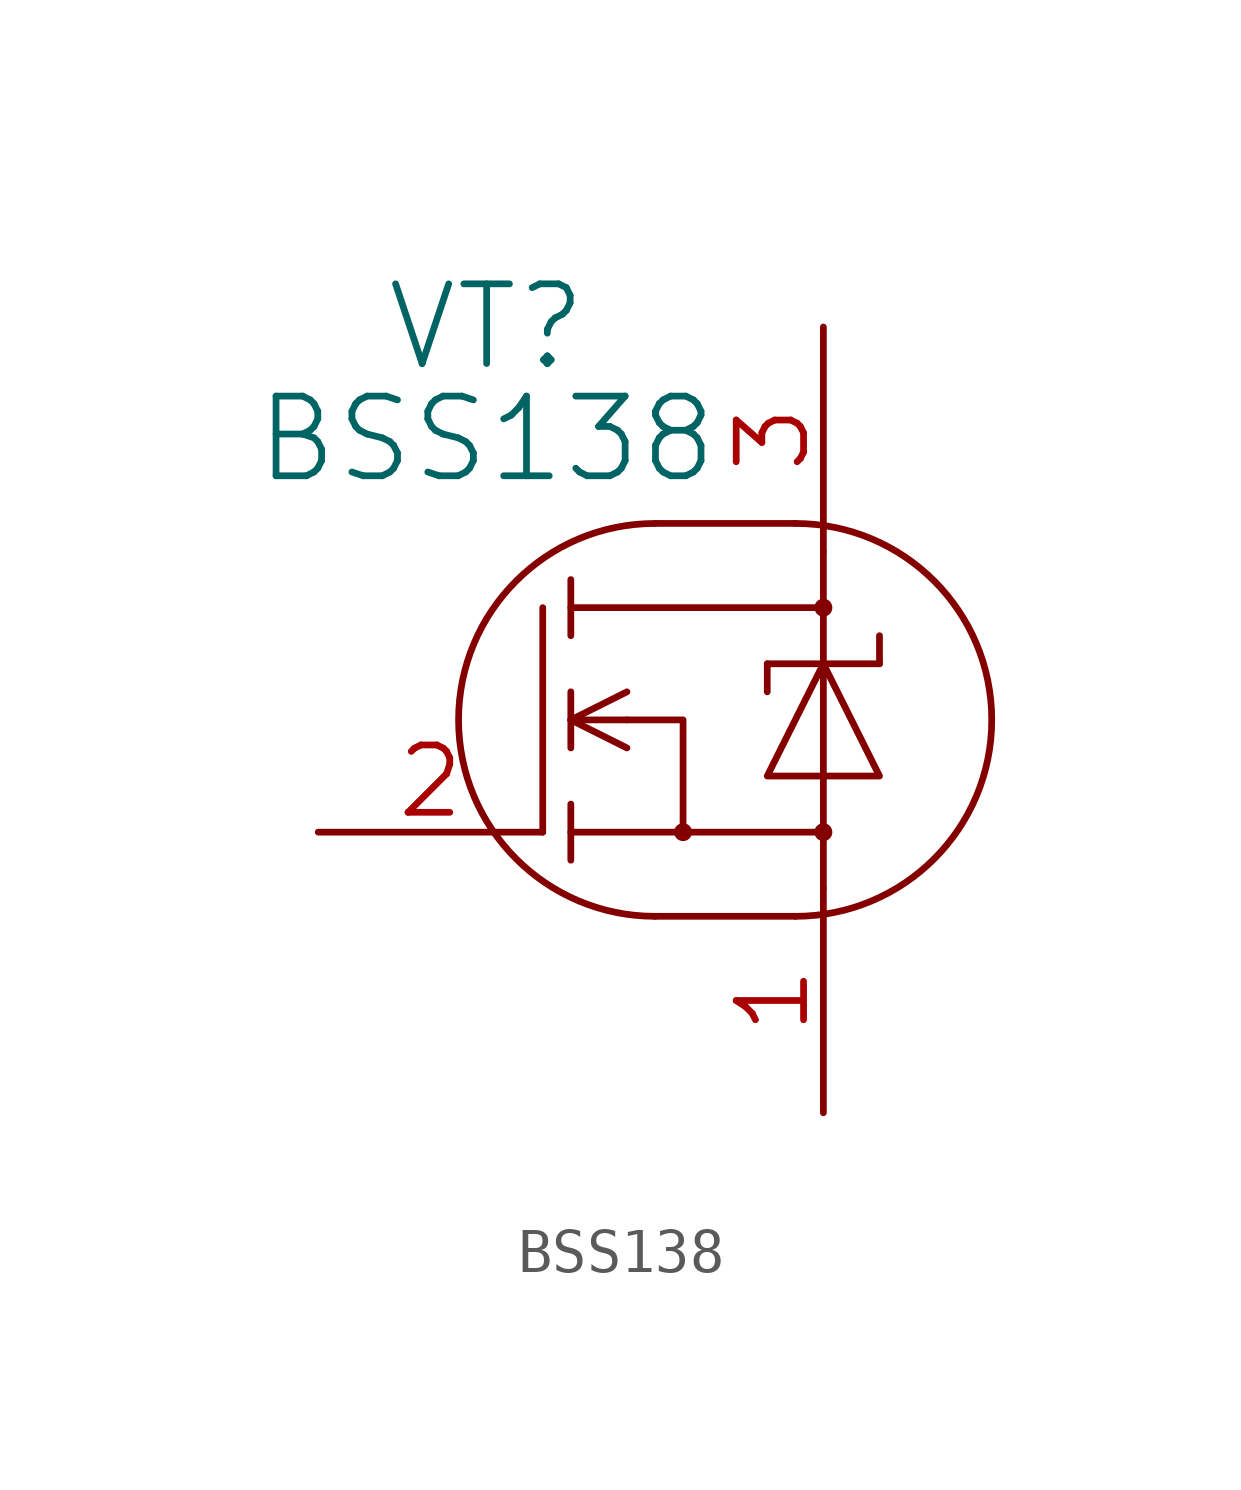
<source format=kicad_sym>
(kicad_symbol_lib
  (version 20211014)
  (generator kicad_symbol_editor)
  (symbol "BSS138"
    (property "Reference" "VT"
      (at 3.81 11.43 0)
      (effects (font (size 1.803 1.803))))
    (property "Value" "BSS138"
      (at 3.81 8.89 0)
      (effects (font (size 1.803 1.803))))
    (property "Footprint" ""
      (at 0 0 0)
      (effects (font (size 1.524 1.524))))
    (property "Datasheet" ""
      (at 0 0 0)
      (effects (font (size 1.524 1.524))))
    (symbol "BSS138_0_0"
      (pin output line (at 11.43 -6.35 90) (length 5.08) (name "~" (effects (font (size 1.524 1.524)))) (number "1" (effects (font (size 1.524 1.524)))))
      (pin input line (at 0 0 0) (length 5.08) (name "~" (effects (font (size 1.524 1.524)))) (number "2" (effects (font (size 1.524 1.524)))))
      (pin input line (at 11.43 11.43 270) (length 5.08) (name "~" (effects (font (size 1.524 1.524)))) (number "3" (effects (font (size 1.524 1.524))))))
    (symbol "BSS138_0_1"
      (polyline (pts (xy 5.08 5.08) (xy 5.08 0)) (stroke (width 0) (type default) (color 0 0 0 0)) (fill (type none)))
      (polyline (pts (xy 5.715 0) (xy 11.43 0)) (stroke (width 0) (type default) (color 0 0 0 0)) (fill (type none)))
      (polyline (pts (xy 5.715 0.635) (xy 5.715 -0.635)) (stroke (width 0) (type default) (color 0 0 0 0)) (fill (type none)))
      (polyline (pts (xy 5.715 2.54) (xy 6.985 1.905)) (stroke (width 0) (type default) (color 0 0 0 0)) (fill (type none)))
      (polyline (pts (xy 5.715 2.54) (xy 6.985 2.54)) (stroke (width 0) (type default) (color 0 0 0 0)) (fill (type none)))
      (polyline (pts (xy 5.715 2.54) (xy 6.985 3.175)) (stroke (width 0) (type default) (color 0 0 0 0)) (fill (type none)))
      (polyline (pts (xy 5.715 3.175) (xy 5.715 1.905)) (stroke (width 0) (type default) (color 0 0 0 0)) (fill (type none)))
      (polyline (pts (xy 5.715 5.715) (xy 5.715 4.445)) (stroke (width 0) (type default) (color 0 0 0 0)) (fill (type none)))
      (polyline (pts (xy 7.62 -1.905) (xy 10.795 -1.905)) (stroke (width 0) (type default) (color 0 0 0 0)) (fill (type none)))
      (polyline (pts (xy 7.62 6.985) (xy 10.795 6.985)) (stroke (width 0) (type default) (color 0 0 0 0)) (fill (type none)))
      (polyline (pts (xy 10.16 3.81) (xy 10.16 3.175)) (stroke (width 0) (type default) (color 0 0 0 0)) (fill (type none)))
      (polyline (pts (xy 10.16 3.81) (xy 12.7 3.81)) (stroke (width 0) (type default) (color 0 0 0 0)) (fill (type none)))
      (polyline (pts (xy 11.43 -1.27) (xy 11.43 0)) (stroke (width 0) (type default) (color 0 0 0 0)) (fill (type none)))
      (polyline (pts (xy 11.43 5.08) (xy 11.43 6.35)) (stroke (width 0) (type default) (color 0 0 0 0)) (fill (type none)))
      (polyline (pts (xy 12.7 3.81) (xy 12.7 4.445)) (stroke (width 0) (type default) (color 0 0 0 0)) (fill (type none)))
      (polyline (pts (xy 5.715 5.08) (xy 11.43 5.08) (xy 11.43 5.08)) (stroke (width 0) (type default) (color 0 0 0 0)) (fill (type none)))
      (polyline (pts (xy 6.985 2.54) (xy 8.255 2.54) (xy 8.255 0)) (stroke (width 0) (type default) (color 0 0 0 0)) (fill (type none)))
      (polyline (pts (xy 11.43 5.08) (xy 11.43 0) (xy 11.43 0)) (stroke (width 0) (type default) (color 0 0 0 0)) (fill (type none)))
      (polyline (pts (xy 11.43 3.81) (xy 10.16 1.27) (xy 12.7 1.27) (xy 11.43 3.81)) (stroke (width 0) (type default) (color 0 0 0 0)) (fill (type none)))
      (arc (start 7.62 6.985) (mid 3.175 2.54) (end 7.62 -1.905) (stroke (width 0) (type default) (color 0 0 0 0)) (fill (type none)))
      (circle (center 8.255 0) (radius 0.127) (stroke (width 0) (type default) (color 0 0 0 0)) (fill (type background)))
      (arc (start 10.795 -1.905) (mid 15.24 2.54) (end 10.795 6.985) (stroke (width 0) (type default) (color 0 0 0 0)) (fill (type none)))
      (circle (center 11.43 0) (radius 0.127) (stroke (width 0) (type default) (color 0 0 0 0)) (fill (type background)))
      (circle (center 11.43 5.08) (radius 0.127) (stroke (width 0) (type default) (color 0 0 0 0)) (fill (type background))))))
</source>
